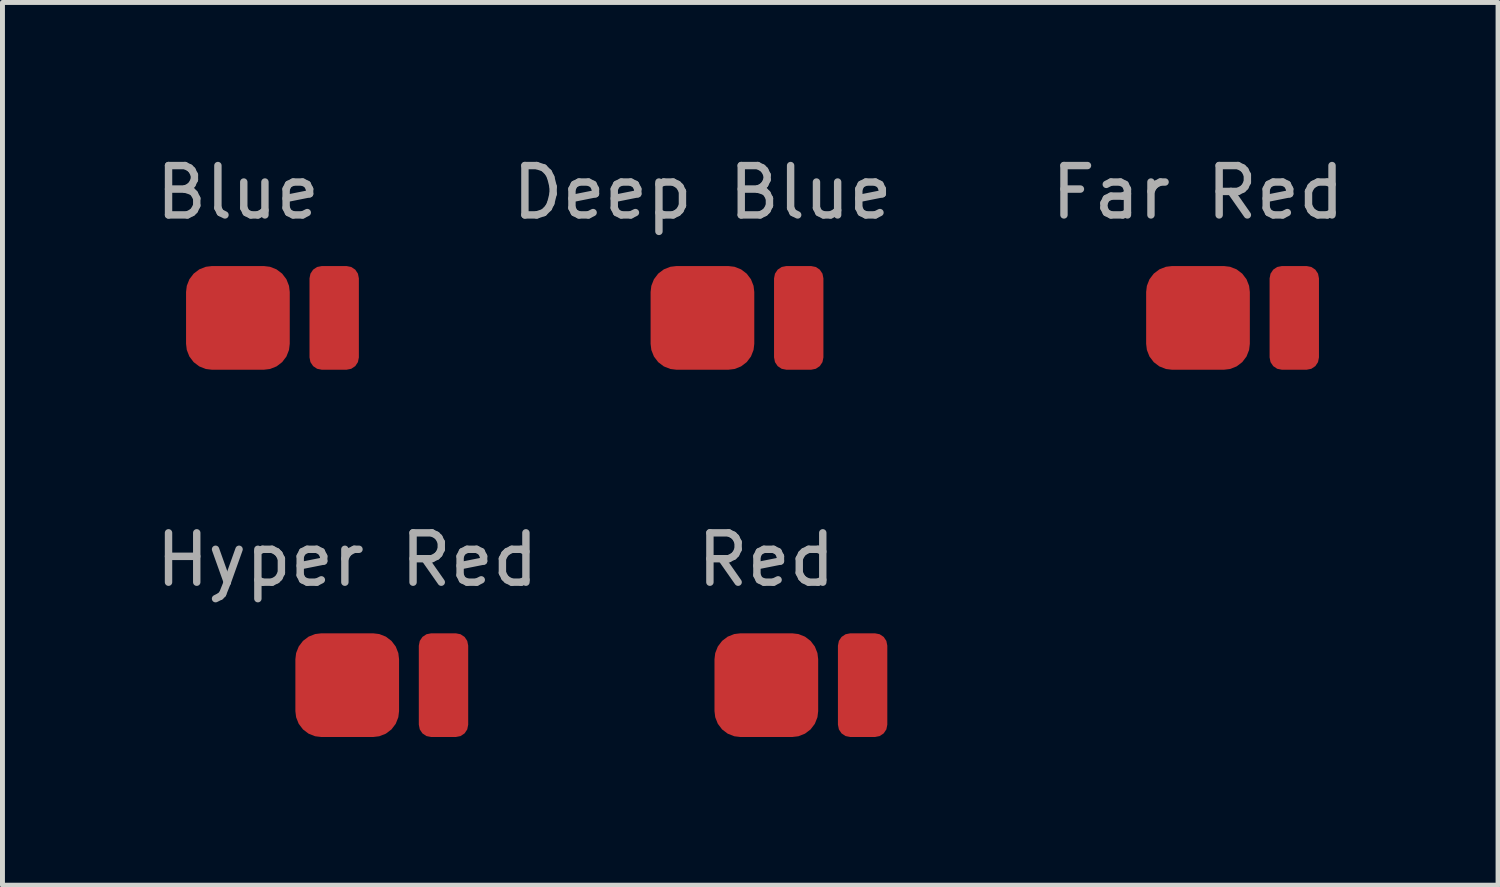
<source format=kicad_pcb>
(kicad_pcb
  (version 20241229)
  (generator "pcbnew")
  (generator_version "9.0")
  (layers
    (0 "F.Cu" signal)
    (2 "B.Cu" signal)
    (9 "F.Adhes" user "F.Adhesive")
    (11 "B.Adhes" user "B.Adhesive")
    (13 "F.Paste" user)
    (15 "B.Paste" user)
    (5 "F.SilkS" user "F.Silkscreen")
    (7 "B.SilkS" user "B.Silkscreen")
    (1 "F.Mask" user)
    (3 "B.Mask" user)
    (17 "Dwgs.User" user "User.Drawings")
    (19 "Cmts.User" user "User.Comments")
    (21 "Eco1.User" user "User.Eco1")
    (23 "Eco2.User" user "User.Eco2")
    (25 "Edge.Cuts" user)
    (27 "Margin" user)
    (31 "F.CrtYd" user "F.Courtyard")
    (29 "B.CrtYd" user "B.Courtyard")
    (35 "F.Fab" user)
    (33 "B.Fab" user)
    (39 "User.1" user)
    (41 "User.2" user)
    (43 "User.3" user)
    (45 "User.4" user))
  (footprint "Hyper Red"
    (layer "F.Cu")
    (at 3.982 10.826)
    (property "Reference" "Hyper Red" (at 0 -2.54 0) (unlocked yes) (layer "F.Fab") (effects (font (size 1 1) (thickness 0.15))))
    (attr smd)
    (pad "1" smd roundrect (at 0 0) (size 2.1 2.1) (layers "F.Cu" "F.Mask" "F.Paste") (roundrect_rratio 0.25))
    (pad "2" smd roundrect (at 1.95 0) (size 1 2.1) (layers "F.Cu" "F.Mask" "F.Paste") (roundrect_rratio 0.25)))
  (footprint "Red"
    (layer "F.Cu")
    (at 12.47 10.826)
    (property "Reference" "Red" (at 0 -2.54 0) (unlocked yes) (layer "F.Fab") (effects (font (size 1 1) (thickness 0.15))))
    (attr smd)
    (pad "1" smd roundrect (at 0 0) (size 2.1 2.1) (layers "F.Cu" "F.Mask" "F.Paste") (roundrect_rratio 0.25))
    (pad "2" smd roundrect (at 1.95 0) (size 1 2.1) (layers "F.Cu" "F.Mask" "F.Paste") (roundrect_rratio 0.25)))
  (footprint "Deep Blue"
    (layer "F.Cu")
    (at 11.176 3.388)
    (property "Reference" "Deep Blue" (at 0 -2.54 0) (unlocked yes) (layer "F.Fab") (effects (font (size 1 1) (thickness 0.15))))
    (attr smd)
    (pad "1" smd roundrect (at 0 0) (size 2.1 2.1) (layers "F.Cu" "F.Mask" "F.Paste") (roundrect_rratio 0.25))
    (pad "2" smd roundrect (at 1.95 0) (size 1 2.1) (layers "F.Cu" "F.Mask" "F.Paste") (roundrect_rratio 0.25)))
  (footprint "Far Red"
    (layer "F.Cu")
    (at 21.212 3.388)
    (property "Reference" "Far Red" (at 0 -2.54 0) (unlocked yes) (layer "F.Fab") (effects (font (size 1 1) (thickness 0.15))))
    (attr smd)
    (pad "1" smd roundrect (at 0 0) (size 2.1 2.1) (layers "F.Cu" "F.Mask" "F.Paste") (roundrect_rratio 0.25))
    (pad "2" smd roundrect (at 1.95 0) (size 1 2.1) (layers "F.Cu" "F.Mask" "F.Paste") (roundrect_rratio 0.25)))
  (footprint "Blue"
    (layer "F.Cu")
    (at 1.768 3.388)
    (property "Reference" "Blue" (at 0 -2.54 0) (unlocked yes) (layer "F.Fab") (effects (font (size 1 1) (thickness 0.15))))
    (attr smd)
    (pad "1" smd roundrect (at 0 0) (size 2.1 2.1) (layers "F.Cu" "F.Mask" "F.Paste") (roundrect_rratio 0.25))
    (pad "2" smd roundrect (at 1.95 0) (size 1 2.1) (layers "F.Cu" "F.Mask" "F.Paste") (roundrect_rratio 0.25)))
  (gr_rect
    (start -3 -3)
    (end 27.289 14.877)
    (stroke (width 0.1) (type default))
    (fill no)
    (layer "Edge.Cuts")))
</source>
